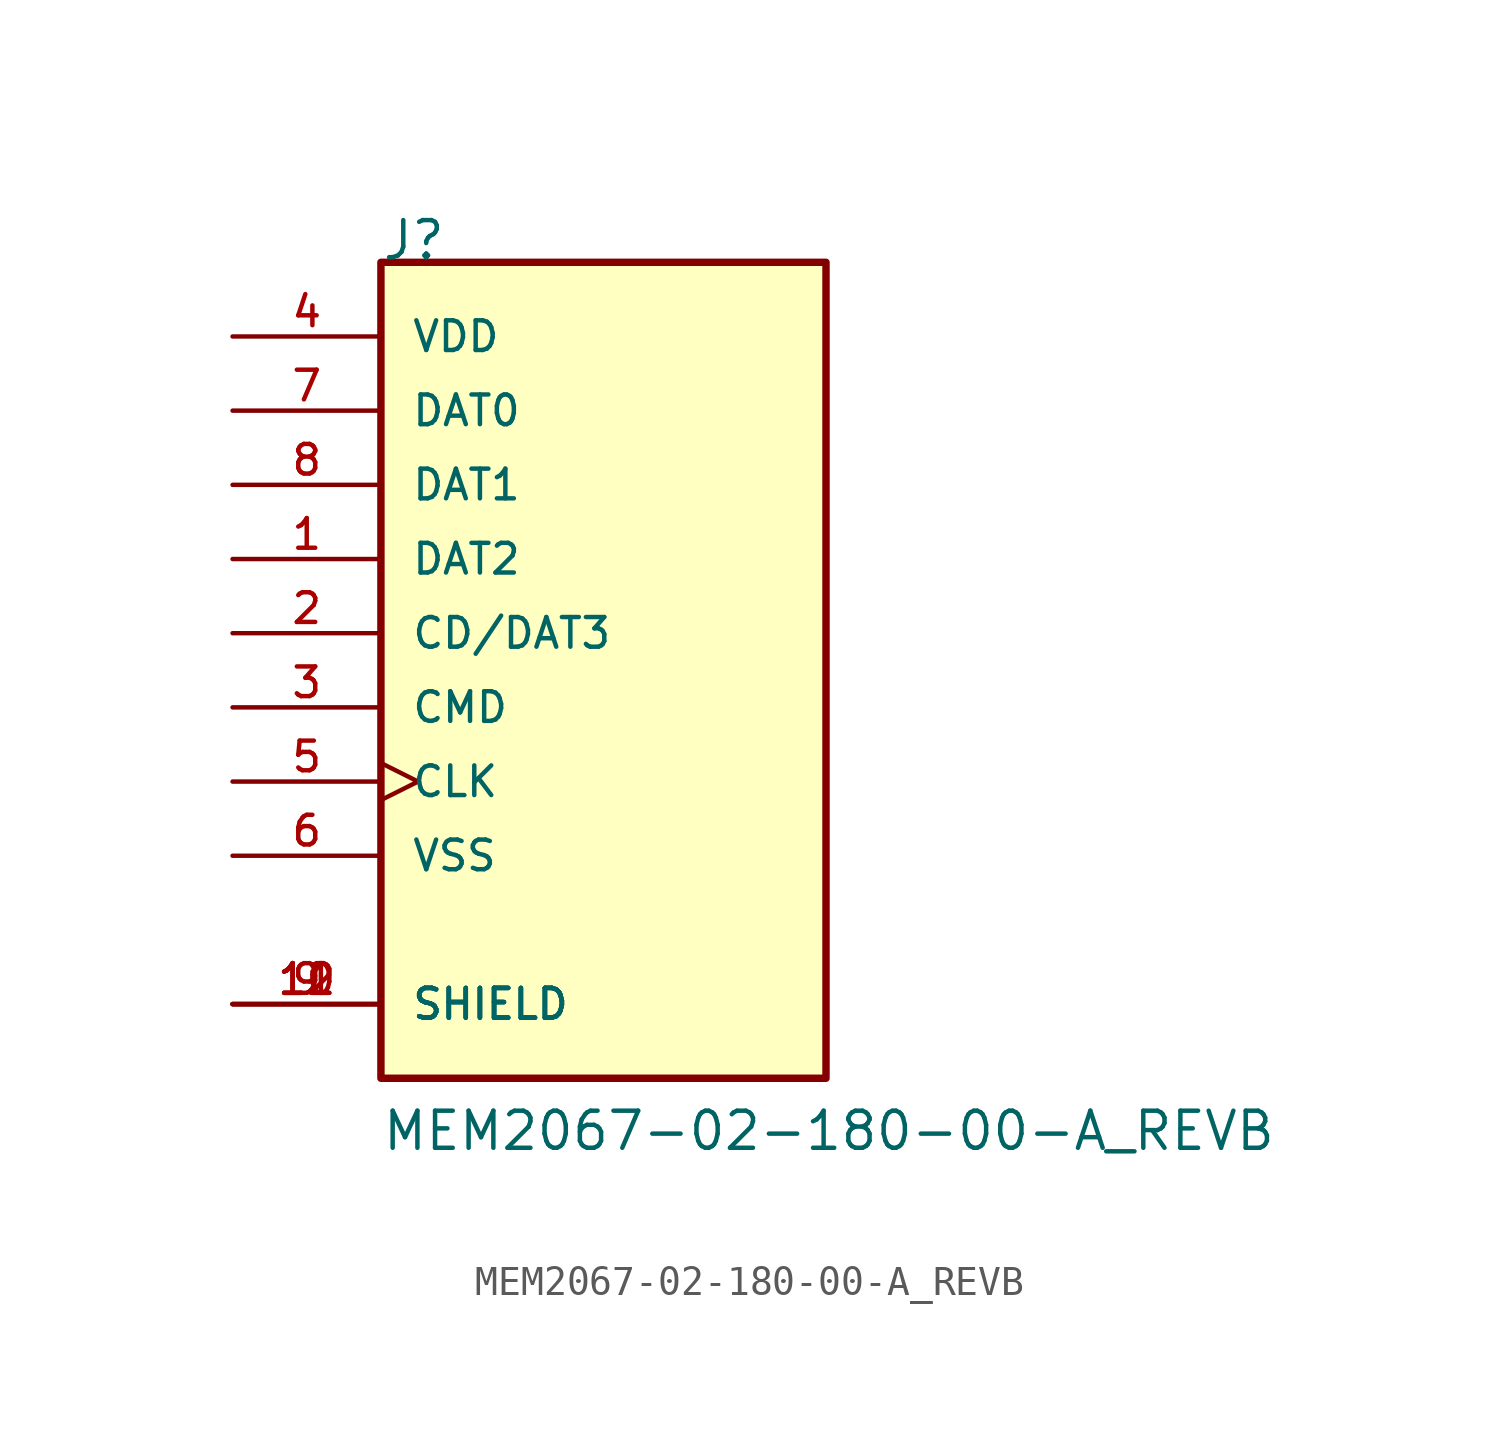
<source format=kicad_sym>
(kicad_symbol_lib
  (version 20211014)
  (generator kicad_symbol_editor)
  (symbol "MEM2067-02-180-00-A_REVB"
    (pin_names
      (offset 1.016))
    (property "Reference" "J"
      (at 0.0 12.712 0)
      (effects (font (size 1.27 1.27)) (justify bottom left)))
    (property "Value" "MEM2067-02-180-00-A_REVB"
      (at 0.0 -17.783 0)
      (effects (font (size 1.27 1.27)) (justify bottom left)))
    (symbol "MEM2067-02-180-00-A_REVB_0_0"
      (rectangle (start -8.881784197e-16 -15.24) (end 15.24 12.7) (stroke (width 0.254)) (fill (type background)))
      (pin bidirectional line (at -5.08 7.62 0) (length 5.08) (name "DAT0" (effects (font (size 1.016 1.016)))) (number "7" (effects (font (size 1.016 1.016)))))
      (pin bidirectional line (at -5.08 5.08 0) (length 5.08) (name "DAT1" (effects (font (size 1.016 1.016)))) (number "8" (effects (font (size 1.016 1.016)))))
      (pin bidirectional line (at -5.08 2.54 0) (length 5.08) (name "DAT2" (effects (font (size 1.016 1.016)))) (number "1" (effects (font (size 1.016 1.016)))))
      (pin bidirectional line (at -5.08 0.0 0) (length 5.08) (name "CD/DAT3" (effects (font (size 1.016 1.016)))) (number "2" (effects (font (size 1.016 1.016)))))
      (pin bidirectional line (at -5.08 -2.54 0) (length 5.08) (name "CMD" (effects (font (size 1.016 1.016)))) (number "3" (effects (font (size 1.016 1.016)))))
      (pin bidirectional clock (at -5.08 -5.08 0) (length 5.08) (name "CLK" (effects (font (size 1.016 1.016)))) (number "5" (effects (font (size 1.016 1.016)))))
      (pin power_in line (at -5.08 10.16 0) (length 5.08) (name "VDD" (effects (font (size 1.016 1.016)))) (number "4" (effects (font (size 1.016 1.016)))))
      (pin power_in line (at -5.08 -7.62 0) (length 5.08) (name "VSS" (effects (font (size 1.016 1.016)))) (number "6" (effects (font (size 1.016 1.016)))))
      (pin passive line (at -5.08 -12.7 0) (length 5.08) (name "SHIELD" (effects (font (size 1.016 1.016)))) (number "9" (effects (font (size 1.016 1.016)))))
      (pin passive line (at -5.08 -12.7 0) (length 5.08) (name "SHIELD" (effects (font (size 1.016 1.016)))) (number "10" (effects (font (size 1.016 1.016)))))
      (pin passive line (at -5.08 -12.7 0) (length 5.08) (name "SHIELD" (effects (font (size 1.016 1.016)))) (number "11" (effects (font (size 1.016 1.016)))))
      (pin passive line (at -5.08 -12.7 0) (length 5.08) (name "SHIELD" (effects (font (size 1.016 1.016)))) (number "12" (effects (font (size 1.016 1.016))))))))
</source>
